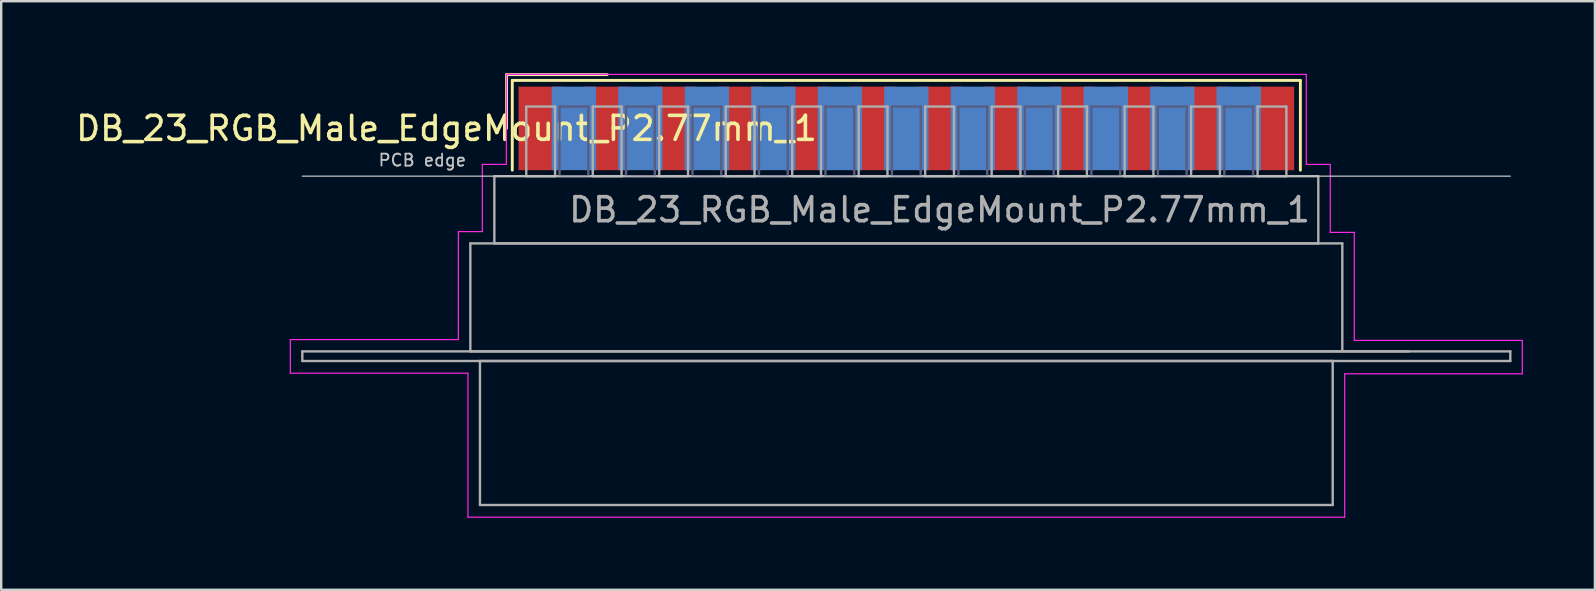
<source format=kicad_pcb>
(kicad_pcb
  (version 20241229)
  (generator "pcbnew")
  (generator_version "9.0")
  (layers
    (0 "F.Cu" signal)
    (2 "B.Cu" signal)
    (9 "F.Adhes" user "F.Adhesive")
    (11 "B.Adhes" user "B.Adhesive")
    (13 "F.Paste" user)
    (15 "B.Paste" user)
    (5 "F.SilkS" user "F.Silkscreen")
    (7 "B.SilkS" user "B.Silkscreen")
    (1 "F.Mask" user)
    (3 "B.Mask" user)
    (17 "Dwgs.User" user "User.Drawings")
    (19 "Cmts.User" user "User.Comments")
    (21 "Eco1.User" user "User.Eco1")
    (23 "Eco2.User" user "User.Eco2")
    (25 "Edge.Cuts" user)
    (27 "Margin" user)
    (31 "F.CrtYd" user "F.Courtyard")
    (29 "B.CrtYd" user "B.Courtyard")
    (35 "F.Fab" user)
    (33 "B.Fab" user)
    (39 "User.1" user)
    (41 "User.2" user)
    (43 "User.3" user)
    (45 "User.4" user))
  (footprint "DB_23_RGB_Male_EdgeMount_P2.77mm_1"
    (layer "F.Cu")
    (at 34.712 2.3)
    (property "Reference" "DB_23_RGB_Male_EdgeMount_P2.77mm_1" (at -19.158 0 0) (layer "F.SilkS") (effects (font (size 1 1) (thickness 0.15))))
    (attr smd)
    (fp_line (start -16.658 -2.24) (end -12.465 -2.24) (stroke (width 0.12) (type solid)) (layer "F.SilkS"))
    (fp_line (start -16.658 0) (end -16.658 -2.24) (stroke (width 0.12) (type solid)) (layer "F.SilkS"))
    (fp_line (start -16.418 -2) (end -16.418 1.74) (stroke (width 0.12) (type solid)) (layer "F.SilkS"))
    (fp_line (start 16.418 -2) (end -16.418 -2) (stroke (width 0.12) (type solid)) (layer "F.SilkS"))
    (fp_line (start 16.418 1.74) (end 16.418 -2) (stroke (width 0.12) (type solid)) (layer "F.SilkS"))
    (fp_line (start -25.165 1.99) (end 25.165 1.99) (stroke (width 0.05) (type solid)) (layer "Dwgs.User"))
    (fp_line (start -25.665 8.8) (end -18.665 8.8) (stroke (width 0.05) (type solid)) (layer "F.CrtYd"))
    (fp_line (start -25.665 10.2) (end -25.665 8.8) (stroke (width 0.05) (type solid)) (layer "F.CrtYd"))
    (fp_line (start -18.665 4.3) (end -17.665 4.3) (stroke (width 0.05) (type solid)) (layer "F.CrtYd"))
    (fp_line (start -18.665 8.8) (end -18.665 4.3) (stroke (width 0.05) (type solid)) (layer "F.CrtYd"))
    (fp_line (start -18.265 10.2) (end -25.665 10.2) (stroke (width 0.05) (type solid)) (layer "F.CrtYd"))
    (fp_line (start -18.265 16.2) (end -18.265 10.2) (stroke (width 0.05) (type solid)) (layer "F.CrtYd"))
    (fp_line (start -17.665 1.5) (end -16.665 1.5) (stroke (width 0.05) (type solid)) (layer "F.CrtYd"))
    (fp_line (start -17.665 4.3) (end -17.665 1.5) (stroke (width 0.05) (type solid)) (layer "F.CrtYd"))
    (fp_line (start -16.665 -2.25) (end 16.665 -2.25) (stroke (width 0.05) (type solid)) (layer "F.CrtYd"))
    (fp_line (start -16.665 1.5) (end -16.665 -2.25) (stroke (width 0.05) (type solid)) (layer "F.CrtYd"))
    (fp_line (start 16.665 -2.25) (end 16.665 1.5) (stroke (width 0.05) (type solid)) (layer "F.CrtYd"))
    (fp_line (start 16.665 1.5) (end 17.665 1.5) (stroke (width 0.05) (type solid)) (layer "F.CrtYd"))
    (fp_line (start 17.664 4.332) (end 18.664 4.332) (stroke (width 0.05) (type solid)) (layer "F.CrtYd"))
    (fp_line (start 17.665 1.5) (end 17.664 4.332) (stroke (width 0.05) (type solid)) (layer "F.CrtYd"))
    (fp_line (start 18.265 10.225) (end 18.265 16.2) (stroke (width 0.05) (type solid)) (layer "F.CrtYd"))
    (fp_line (start 18.265 16.2) (end -18.265 16.2) (stroke (width 0.05) (type solid)) (layer "F.CrtYd"))
    (fp_line (start 18.664 4.332) (end 18.664 8.832) (stroke (width 0.05) (type solid)) (layer "F.CrtYd"))
    (fp_line (start 18.664 8.832) (end 25.664 8.832) (stroke (width 0.05) (type solid)) (layer "F.CrtYd"))
    (fp_line (start 25.665 8.832) (end 25.665 10.225) (stroke (width 0.05) (type solid)) (layer "F.CrtYd"))
    (fp_line (start 25.665 10.225) (end 18.265 10.225) (stroke (width 0.05) (type solid)) (layer "F.CrtYd"))
    (fp_line (start -14.45 -0.91) (end -14.45 1.99) (stroke (width 0.1) (type solid)) (layer "B.Fab"))
    (fp_line (start -14.45 1.99) (end -13.25 1.99) (stroke (width 0.1) (type solid)) (layer "B.Fab"))
    (fp_line (start -13.25 -0.91) (end -14.45 -0.91) (stroke (width 0.1) (type solid)) (layer "B.Fab"))
    (fp_line (start -13.25 1.99) (end -13.25 -0.91) (stroke (width 0.1) (type solid)) (layer "B.Fab"))
    (fp_line (start -11.68 -0.91) (end -11.68 1.99) (stroke (width 0.1) (type solid)) (layer "B.Fab"))
    (fp_line (start -11.68 1.99) (end -10.48 1.99) (stroke (width 0.1) (type solid)) (layer "B.Fab"))
    (fp_line (start -10.48 -0.91) (end -11.68 -0.91) (stroke (width 0.1) (type solid)) (layer "B.Fab"))
    (fp_line (start -10.48 1.99) (end -10.48 -0.91) (stroke (width 0.1) (type solid)) (layer "B.Fab"))
    (fp_line (start -8.91 -0.91) (end -8.91 1.99) (stroke (width 0.1) (type solid)) (layer "B.Fab"))
    (fp_line (start -8.91 1.99) (end -7.71 1.99) (stroke (width 0.1) (type solid)) (layer "B.Fab"))
    (fp_line (start -7.71 -0.91) (end -8.91 -0.91) (stroke (width 0.1) (type solid)) (layer "B.Fab"))
    (fp_line (start -7.71 1.99) (end -7.71 -0.91) (stroke (width 0.1) (type solid)) (layer "B.Fab"))
    (fp_line (start -6.14 -0.91) (end -6.14 1.99) (stroke (width 0.1) (type solid)) (layer "B.Fab"))
    (fp_line (start -6.14 1.99) (end -4.94 1.99) (stroke (width 0.1) (type solid)) (layer "B.Fab"))
    (fp_line (start -4.94 -0.91) (end -6.14 -0.91) (stroke (width 0.1) (type solid)) (layer "B.Fab"))
    (fp_line (start -4.94 1.99) (end -4.94 -0.91) (stroke (width 0.1) (type solid)) (layer "B.Fab"))
    (fp_line (start -3.37 -0.91) (end -3.37 1.99) (stroke (width 0.1) (type solid)) (layer "B.Fab"))
    (fp_line (start -3.37 1.99) (end -2.17 1.99) (stroke (width 0.1) (type solid)) (layer "B.Fab"))
    (fp_line (start -2.17 -0.91) (end -3.37 -0.91) (stroke (width 0.1) (type solid)) (layer "B.Fab"))
    (fp_line (start -2.17 1.99) (end -2.17 -0.91) (stroke (width 0.1) (type solid)) (layer "B.Fab"))
    (fp_line (start -0.6 -0.91) (end -0.6 1.99) (stroke (width 0.1) (type solid)) (layer "B.Fab"))
    (fp_line (start -0.6 1.99) (end 0.6 1.99) (stroke (width 0.1) (type solid)) (layer "B.Fab"))
    (fp_line (start 0.6 -0.91) (end -0.6 -0.91) (stroke (width 0.1) (type solid)) (layer "B.Fab"))
    (fp_line (start 0.6 1.99) (end 0.6 -0.91) (stroke (width 0.1) (type solid)) (layer "B.Fab"))
    (fp_line (start 2.17 -0.91) (end 2.17 1.99) (stroke (width 0.1) (type solid)) (layer "B.Fab"))
    (fp_line (start 2.17 1.99) (end 3.37 1.99) (stroke (width 0.1) (type solid)) (layer "B.Fab"))
    (fp_line (start 3.37 -0.91) (end 2.17 -0.91) (stroke (width 0.1) (type solid)) (layer "B.Fab"))
    (fp_line (start 3.37 1.99) (end 3.37 -0.91) (stroke (width 0.1) (type solid)) (layer "B.Fab"))
    (fp_line (start 4.94 -0.91) (end 4.94 1.99) (stroke (width 0.1) (type solid)) (layer "B.Fab"))
    (fp_line (start 4.94 1.99) (end 6.14 1.99) (stroke (width 0.1) (type solid)) (layer "B.Fab"))
    (fp_line (start 6.14 -0.91) (end 4.94 -0.91) (stroke (width 0.1) (type solid)) (layer "B.Fab"))
    (fp_line (start 6.14 1.99) (end 6.14 -0.91) (stroke (width 0.1) (type solid)) (layer "B.Fab"))
    (fp_line (start 7.71 -0.91) (end 7.71 1.99) (stroke (width 0.1) (type solid)) (layer "B.Fab"))
    (fp_line (start 7.71 1.99) (end 8.91 1.99) (stroke (width 0.1) (type solid)) (layer "B.Fab"))
    (fp_line (start 8.91 -0.91) (end 7.71 -0.91) (stroke (width 0.1) (type solid)) (layer "B.Fab"))
    (fp_line (start 8.91 1.99) (end 8.91 -0.91) (stroke (width 0.1) (type solid)) (layer "B.Fab"))
    (fp_line (start 10.48 -0.91) (end 10.48 1.99) (stroke (width 0.1) (type solid)) (layer "B.Fab"))
    (fp_line (start 10.48 1.99) (end 11.68 1.99) (stroke (width 0.1) (type solid)) (layer "B.Fab"))
    (fp_line (start 11.68 -0.91) (end 10.48 -0.91) (stroke (width 0.1) (type solid)) (layer "B.Fab"))
    (fp_line (start 11.68 1.99) (end 11.68 -0.91) (stroke (width 0.1) (type solid)) (layer "B.Fab"))
    (fp_line (start 13.25 -0.91) (end 13.25 1.99) (stroke (width 0.1) (type solid)) (layer "B.Fab"))
    (fp_line (start 13.25 1.99) (end 14.45 1.99) (stroke (width 0.1) (type solid)) (layer "B.Fab"))
    (fp_line (start 14.45 -0.91) (end 13.25 -0.91) (stroke (width 0.1) (type solid)) (layer "B.Fab"))
    (fp_line (start 14.45 1.99) (end 14.45 -0.91) (stroke (width 0.1) (type solid)) (layer "B.Fab"))
    (fp_line (start -25.165 9.29) (end -25.165 9.69) (stroke (width 0.1) (type solid)) (layer "F.Fab"))
    (fp_line (start -25.165 9.69) (end 25.165 9.69) (stroke (width 0.1) (type solid)) (layer "F.Fab"))
    (fp_line (start -18.165 4.79) (end -18.165 9.29) (stroke (width 0.1) (type solid)) (layer "F.Fab"))
    (fp_line (start -18.165 9.29) (end 20.935 9.29) (stroke (width 0.1) (type solid)) (layer "F.Fab"))
    (fp_line (start -17.765 9.69) (end -17.765 15.69) (stroke (width 0.1) (type solid)) (layer "F.Fab"))
    (fp_line (start -17.765 15.69) (end 17.765 15.69) (stroke (width 0.1) (type solid)) (layer "F.Fab"))
    (fp_line (start -17.165 1.99) (end -17.165 4.79) (stroke (width 0.1) (type solid)) (layer "F.Fab"))
    (fp_line (start -17.165 4.79) (end 17.165 4.79) (stroke (width 0.1) (type solid)) (layer "F.Fab"))
    (fp_line (start -15.835 -0.91) (end -15.835 1.99) (stroke (width 0.1) (type solid)) (layer "F.Fab"))
    (fp_line (start -15.835 1.99) (end -14.635 1.99) (stroke (width 0.1) (type solid)) (layer "F.Fab"))
    (fp_line (start -14.635 -0.91) (end -15.835 -0.91) (stroke (width 0.1) (type solid)) (layer "F.Fab"))
    (fp_line (start -14.635 1.99) (end -14.635 -0.91) (stroke (width 0.1) (type solid)) (layer "F.Fab"))
    (fp_line (start -13.065 -0.91) (end -13.065 1.99) (stroke (width 0.1) (type solid)) (layer "F.Fab"))
    (fp_line (start -13.065 1.99) (end -11.865 1.99) (stroke (width 0.1) (type solid)) (layer "F.Fab"))
    (fp_line (start -11.865 -0.91) (end -13.065 -0.91) (stroke (width 0.1) (type solid)) (layer "F.Fab"))
    (fp_line (start -11.865 1.99) (end -11.865 -0.91) (stroke (width 0.1) (type solid)) (layer "F.Fab"))
    (fp_line (start -10.295 -0.91) (end -10.295 1.99) (stroke (width 0.1) (type solid)) (layer "F.Fab"))
    (fp_line (start -10.295 1.99) (end -9.095 1.99) (stroke (width 0.1) (type solid)) (layer "F.Fab"))
    (fp_line (start -9.095 -0.91) (end -10.295 -0.91) (stroke (width 0.1) (type solid)) (layer "F.Fab"))
    (fp_line (start -9.095 1.99) (end -9.095 -0.91) (stroke (width 0.1) (type solid)) (layer "F.Fab"))
    (fp_line (start -7.525 -0.91) (end -7.525 1.99) (stroke (width 0.1) (type solid)) (layer "F.Fab"))
    (fp_line (start -7.525 1.99) (end -6.325 1.99) (stroke (width 0.1) (type solid)) (layer "F.Fab"))
    (fp_line (start -6.325 -0.91) (end -7.525 -0.91) (stroke (width 0.1) (type solid)) (layer "F.Fab"))
    (fp_line (start -6.325 1.99) (end -6.325 -0.91) (stroke (width 0.1) (type solid)) (layer "F.Fab"))
    (fp_line (start -4.755 -0.91) (end -4.755 1.99) (stroke (width 0.1) (type solid)) (layer "F.Fab"))
    (fp_line (start -4.755 1.99) (end -3.555 1.99) (stroke (width 0.1) (type solid)) (layer "F.Fab"))
    (fp_line (start -3.555 -0.91) (end -4.755 -0.91) (stroke (width 0.1) (type solid)) (layer "F.Fab"))
    (fp_line (start -3.555 1.99) (end -3.555 -0.91) (stroke (width 0.1) (type solid)) (layer "F.Fab"))
    (fp_line (start -1.985 -0.91) (end -1.985 1.99) (stroke (width 0.1) (type solid)) (layer "F.Fab"))
    (fp_line (start -1.985 1.99) (end -0.785 1.99) (stroke (width 0.1) (type solid)) (layer "F.Fab"))
    (fp_line (start -0.785 -0.91) (end -1.985 -0.91) (stroke (width 0.1) (type solid)) (layer "F.Fab"))
    (fp_line (start -0.785 1.99) (end -0.785 -0.91) (stroke (width 0.1) (type solid)) (layer "F.Fab"))
    (fp_line (start 0.785 -0.91) (end 0.785 1.99) (stroke (width 0.1) (type solid)) (layer "F.Fab"))
    (fp_line (start 0.785 1.99) (end 1.985 1.99) (stroke (width 0.1) (type solid)) (layer "F.Fab"))
    (fp_line (start 1.985 -0.91) (end 0.785 -0.91) (stroke (width 0.1) (type solid)) (layer "F.Fab"))
    (fp_line (start 1.985 1.99) (end 1.985 -0.91) (stroke (width 0.1) (type solid)) (layer "F.Fab"))
    (fp_line (start 3.555 -0.91) (end 3.555 1.99) (stroke (width 0.1) (type solid)) (layer "F.Fab"))
    (fp_line (start 3.555 1.99) (end 4.755 1.99) (stroke (width 0.1) (type solid)) (layer "F.Fab"))
    (fp_line (start 4.755 -0.91) (end 3.555 -0.91) (stroke (width 0.1) (type solid)) (layer "F.Fab"))
    (fp_line (start 4.755 1.99) (end 4.755 -0.91) (stroke (width 0.1) (type solid)) (layer "F.Fab"))
    (fp_line (start 6.325 -0.91) (end 6.325 1.99) (stroke (width 0.1) (type solid)) (layer "F.Fab"))
    (fp_line (start 6.325 1.99) (end 7.525 1.99) (stroke (width 0.1) (type solid)) (layer "F.Fab"))
    (fp_line (start 7.525 -0.91) (end 6.325 -0.91) (stroke (width 0.1) (type solid)) (layer "F.Fab"))
    (fp_line (start 7.525 1.99) (end 7.525 -0.91) (stroke (width 0.1) (type solid)) (layer "F.Fab"))
    (fp_line (start 9.095 -0.91) (end 9.095 1.99) (stroke (width 0.1) (type solid)) (layer "F.Fab"))
    (fp_line (start 9.095 1.99) (end 10.295 1.99) (stroke (width 0.1) (type solid)) (layer "F.Fab"))
    (fp_line (start 10.295 -0.91) (end 9.095 -0.91) (stroke (width 0.1) (type solid)) (layer "F.Fab"))
    (fp_line (start 10.295 1.99) (end 10.295 -0.91) (stroke (width 0.1) (type solid)) (layer "F.Fab"))
    (fp_line (start 11.865 -0.91) (end 11.865 1.99) (stroke (width 0.1) (type solid)) (layer "F.Fab"))
    (fp_line (start 11.865 1.99) (end 13.065 1.99) (stroke (width 0.1) (type solid)) (layer "F.Fab"))
    (fp_line (start 13.065 -0.91) (end 11.865 -0.91) (stroke (width 0.1) (type solid)) (layer "F.Fab"))
    (fp_line (start 13.065 1.99) (end 13.065 -0.91) (stroke (width 0.1) (type solid)) (layer "F.Fab"))
    (fp_line (start 14.635 -0.91) (end 14.635 1.99) (stroke (width 0.1) (type solid)) (layer "F.Fab"))
    (fp_line (start 14.635 1.99) (end 15.835 1.99) (stroke (width 0.1) (type solid)) (layer "F.Fab"))
    (fp_line (start 15.835 -0.91) (end 14.635 -0.91) (stroke (width 0.1) (type solid)) (layer "F.Fab"))
    (fp_line (start 15.835 1.99) (end 15.835 -0.91) (stroke (width 0.1) (type solid)) (layer "F.Fab"))
    (fp_line (start 17.165 1.99) (end -17.165 1.99) (stroke (width 0.1) (type solid)) (layer "F.Fab"))
    (fp_line (start 17.165 4.79) (end 17.165 1.99) (stroke (width 0.1) (type solid)) (layer "F.Fab"))
    (fp_line (start 17.765 9.69) (end -17.765 9.69) (stroke (width 0.1) (type solid)) (layer "F.Fab"))
    (fp_line (start 17.765 15.69) (end 17.765 9.69) (stroke (width 0.1) (type solid)) (layer "F.Fab"))
    (fp_line (start 18.165 4.79) (end -18.165 4.79) (stroke (width 0.1) (type solid)) (layer "F.Fab"))
    (fp_line (start 18.165 9.29) (end 18.165 4.79) (stroke (width 0.1) (type solid)) (layer "F.Fab"))
    (fp_line (start 25.165 9.29) (end -25.165 9.29) (stroke (width 0.1) (type solid)) (layer "F.Fab"))
    (fp_line (start 25.165 9.69) (end 25.165 9.29) (stroke (width 0.1) (type solid)) (layer "F.Fab"))
    (fp_text user "PCB edge" (at -20.165 1.323 0) (layer "Dwgs.User") (effects (font (size 0.5 0.5) (thickness 0.075))))
    (fp_text user "${REFERENCE}" (at 1.385 3.39 0) (layer "F.Fab") (effects (font (size 1 1) (thickness 0.15))))
    (pad "1" smd rect (at -15.235 0) (size 1.847 3.48) (layers "F.Cu" "F.Mask" "F.Paste"))
    (pad "2" smd rect (at -12.465 0) (size 1.847 3.48) (layers "F.Cu" "F.Mask" "F.Paste"))
    (pad "3" smd rect (at -9.695 0) (size 1.847 3.48) (layers "F.Cu" "F.Mask" "F.Paste"))
    (pad "4" smd rect (at -6.925 0) (size 1.847 3.48) (layers "F.Cu" "F.Mask" "F.Paste"))
    (pad "5" smd rect (at -4.155 0) (size 1.847 3.48) (layers "F.Cu" "F.Mask" "F.Paste"))
    (pad "6" smd rect (at -1.385 0) (size 1.847 3.48) (layers "F.Cu" "F.Mask" "F.Paste"))
    (pad "7" smd rect (at 1.385 0) (size 1.847 3.48) (layers "F.Cu" "F.Mask" "F.Paste"))
    (pad "8" smd rect (at 4.155 0) (size 1.847 3.48) (layers "F.Cu" "F.Mask" "F.Paste"))
    (pad "9" smd rect (at 6.925 0) (size 1.847 3.48) (layers "F.Cu" "F.Mask" "F.Paste"))
    (pad "10" smd rect (at 9.695 0) (size 1.847 3.48) (layers "F.Cu" "F.Mask" "F.Paste"))
    (pad "11" smd rect (at 12.465 0) (size 1.847 3.48) (layers "F.Cu" "F.Mask" "F.Paste"))
    (pad "12" smd rect (at 15.235 0) (size 1.847 3.48) (layers "F.Cu" "F.Mask" "F.Paste"))
    (pad "13" smd rect (at -13.85 0) (size 1.847 3.48) (layers "B.Cu" "B.Mask" "B.Paste"))
    (pad "14" smd rect (at -11.08 0) (size 1.847 3.48) (layers "B.Cu" "B.Mask" "B.Paste"))
    (pad "15" smd rect (at -8.31 0) (size 1.847 3.48) (layers "B.Cu" "B.Mask" "B.Paste"))
    (pad "16" smd rect (at -5.54 0) (size 1.847 3.48) (layers "B.Cu" "B.Mask" "B.Paste"))
    (pad "17" smd rect (at -2.77 0) (size 1.847 3.48) (layers "B.Cu" "B.Mask" "B.Paste"))
    (pad "18" smd rect (at 0 0) (size 1.847 3.48) (layers "B.Cu" "B.Mask" "B.Paste"))
    (pad "19" smd rect (at 2.77 0) (size 1.847 3.48) (layers "B.Cu" "B.Mask" "B.Paste"))
    (pad "20" smd rect (at 5.54 0) (size 1.847 3.48) (layers "B.Cu" "B.Mask" "B.Paste"))
    (pad "21" smd rect (at 8.31 0) (size 1.847 3.48) (layers "B.Cu" "B.Mask" "B.Paste"))
    (pad "22" smd rect (at 11.08 0) (size 1.847 3.48) (layers "B.Cu" "B.Mask" "B.Paste"))
    (pad "23" smd rect (at 13.85 0) (size 1.847 3.48) (layers "B.Cu" "B.Mask" "B.Paste")))
  (gr_rect
    (start -3 -3)
    (end 63.402 21.525)
    (stroke (width 0.1) (type default))
    (fill no)
    (layer "Edge.Cuts")))
</source>
